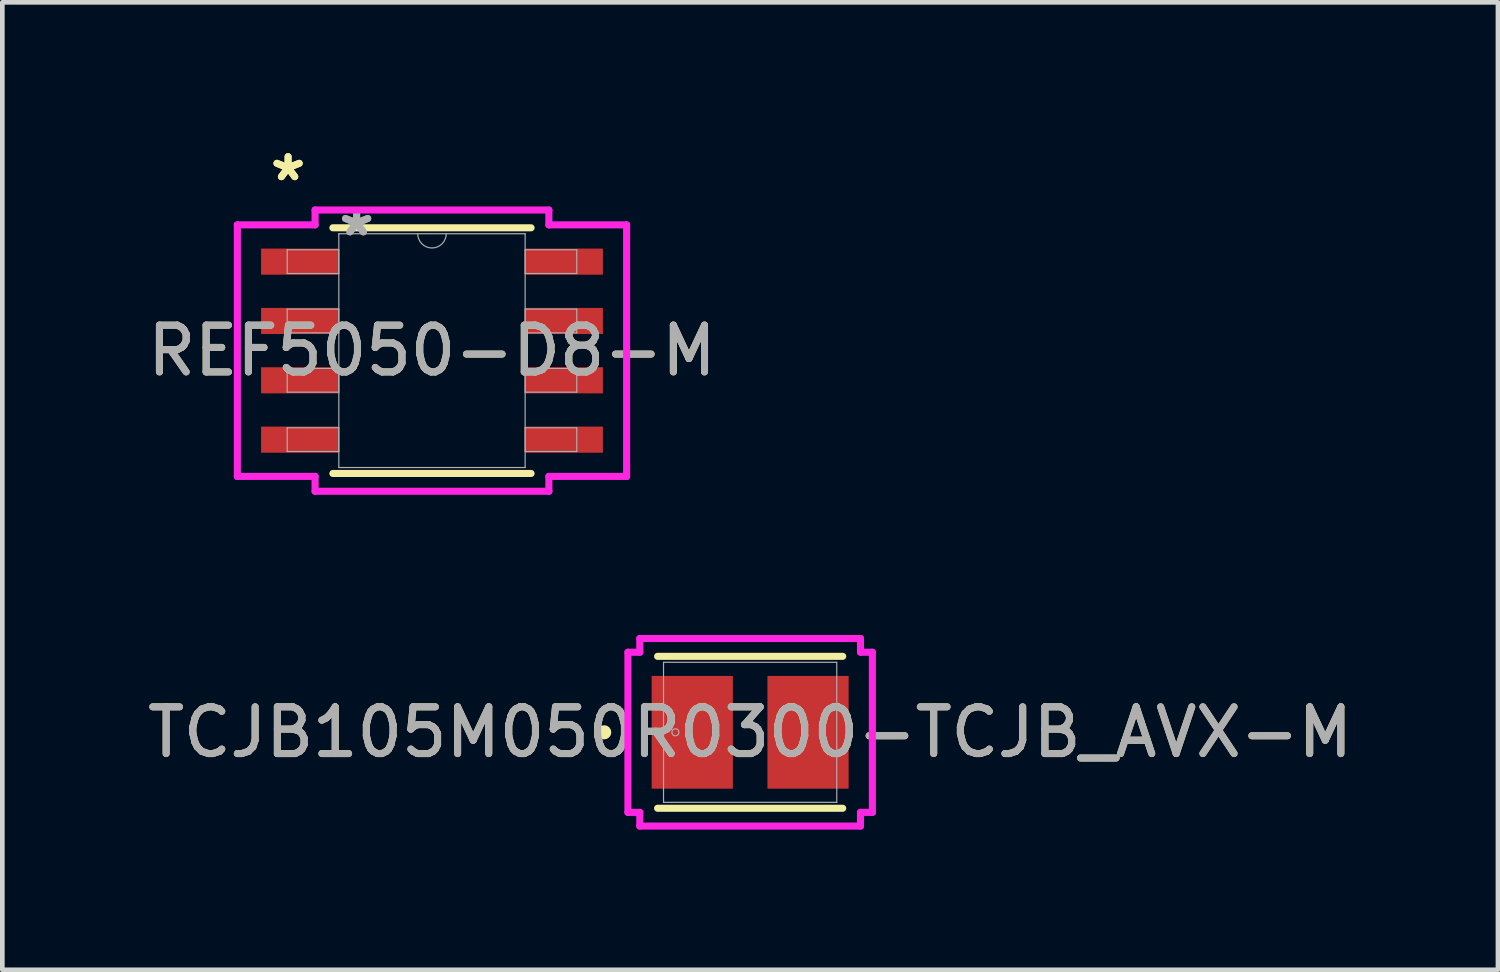
<source format=kicad_pcb>
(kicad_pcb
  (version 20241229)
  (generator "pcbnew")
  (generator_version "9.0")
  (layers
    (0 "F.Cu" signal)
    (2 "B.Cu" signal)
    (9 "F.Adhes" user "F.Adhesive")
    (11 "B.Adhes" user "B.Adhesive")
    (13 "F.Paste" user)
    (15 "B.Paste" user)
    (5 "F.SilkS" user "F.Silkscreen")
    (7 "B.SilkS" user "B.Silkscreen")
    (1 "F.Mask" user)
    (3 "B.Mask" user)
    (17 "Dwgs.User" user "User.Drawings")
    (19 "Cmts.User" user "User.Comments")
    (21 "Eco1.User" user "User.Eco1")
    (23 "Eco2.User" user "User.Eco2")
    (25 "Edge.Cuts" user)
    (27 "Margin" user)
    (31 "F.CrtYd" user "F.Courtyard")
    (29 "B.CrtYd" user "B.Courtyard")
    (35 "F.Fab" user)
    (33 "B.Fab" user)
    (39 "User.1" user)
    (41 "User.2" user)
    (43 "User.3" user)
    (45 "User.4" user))
  (footprint "TCJB105M050R0300-TCJB_AVX-M"
    (layer "F.Cu")
    (at 13.006 12.624)
    (property "Reference" "TCJB105M050R0300-TCJB_AVX-M" (at 0 0 0) (unlocked yes) (layer "F.SilkS") (effects (font (size 1 1) (thickness 0.15))))
    (attr smd)
    (fp_line (start -1.981 1.626) (end 1.981 1.626) (stroke (width 0.152) (type solid)) (layer "F.SilkS"))
    (fp_line (start 1.981 -1.626) (end -1.981 -1.626) (stroke (width 0.152) (type solid)) (layer "F.SilkS"))
    (fp_circle (center -3.124 0) (end -3.048 0) (stroke (width 0.152) (type solid)) (fill no) (layer "F.SilkS"))
    (fp_line (start -2.616 -1.714) (end -2.362 -1.714) (stroke (width 0.152) (type solid)) (layer "F.CrtYd"))
    (fp_line (start -2.616 1.714) (end -2.616 -1.714) (stroke (width 0.152) (type solid)) (layer "F.CrtYd"))
    (fp_line (start -2.362 -2.007) (end 2.362 -2.007) (stroke (width 0.152) (type solid)) (layer "F.CrtYd"))
    (fp_line (start -2.362 -1.714) (end -2.362 -2.007) (stroke (width 0.152) (type solid)) (layer "F.CrtYd"))
    (fp_line (start -2.362 1.714) (end -2.616 1.714) (stroke (width 0.152) (type solid)) (layer "F.CrtYd"))
    (fp_line (start -2.362 2.007) (end -2.362 1.714) (stroke (width 0.152) (type solid)) (layer "F.CrtYd"))
    (fp_line (start 2.362 -2.007) (end 2.362 -1.714) (stroke (width 0.152) (type solid)) (layer "F.CrtYd"))
    (fp_line (start 2.362 -1.714) (end 2.616 -1.714) (stroke (width 0.152) (type solid)) (layer "F.CrtYd"))
    (fp_line (start 2.362 1.714) (end 2.362 2.007) (stroke (width 0.152) (type solid)) (layer "F.CrtYd"))
    (fp_line (start 2.362 2.007) (end -2.362 2.007) (stroke (width 0.152) (type solid)) (layer "F.CrtYd"))
    (fp_line (start 2.616 -1.714) (end 2.616 1.714) (stroke (width 0.152) (type solid)) (layer "F.CrtYd"))
    (fp_line (start 2.616 1.714) (end 2.362 1.714) (stroke (width 0.152) (type solid)) (layer "F.CrtYd"))
    (fp_line (start -1.854 -1.499) (end -1.854 1.499) (stroke (width 0.025) (type solid)) (layer "F.Fab"))
    (fp_line (start -1.854 1.499) (end 1.854 1.499) (stroke (width 0.025) (type solid)) (layer "F.Fab"))
    (fp_line (start 1.854 -1.499) (end -1.854 -1.499) (stroke (width 0.025) (type solid)) (layer "F.Fab"))
    (fp_line (start 1.854 1.499) (end 1.854 -1.499) (stroke (width 0.025) (type solid)) (layer "F.Fab"))
    (fp_circle (center -1.6 0) (end -1.524 0) (stroke (width 0.025) (type solid)) (fill no) (layer "F.Fab"))
    (fp_text user "${REFERENCE}" (at 0 0 0) (unlocked yes) (layer "F.Fab") (effects (font (size 1 1) (thickness 0.15))))
    (pad "1" smd rect (at -1.239 0 90) (size 2.413 1.738) (layers "F.Cu" "F.Mask" "F.Paste"))
    (pad "2" smd rect (at 1.239 0 90) (size 2.413 1.738) (layers "F.Cu" "F.Mask" "F.Paste"))
    (zone (net_name "") (layer "F.Cu") (hatch full 0.508) (connect_pads) (min_thickness 0.254) (filled_areas_thickness no) (keepout (tracks not_allowed) (vias not_allowed) (pads allowed) (copperpour not_allowed) (footprints allowed)) (placement (enabled no)) (fill) (polygon (pts (xy 11.203 11.176) (xy 14.809 11.176) (xy 14.809 11.367) (xy 11.203 11.367))))
    (zone (net_name "") (layer "F.Cu") (hatch full 0.508) (connect_pads) (min_thickness 0.254) (filled_areas_thickness no) (keepout (tracks not_allowed) (vias not_allowed) (pads allowed) (copperpour not_allowed) (footprints allowed)) (placement (enabled no)) (fill) (polygon (pts (xy 11.203 13.881) (xy 14.809 13.881) (xy 14.809 14.072) (xy 11.203 14.072))))
    (zone (net_name "") (layer "F.Cu") (hatch full 0.508) (connect_pads) (min_thickness 0.254) (filled_areas_thickness no) (keepout (tracks not_allowed) (vias not_allowed) (pads allowed) (copperpour not_allowed) (footprints allowed)) (placement (enabled no)) (fill) (polygon (pts (xy 12.687 11.367) (xy 13.325 11.367) (xy 13.325 13.881) (xy 12.687 13.881)))))
  (footprint "REF5050-D8-M"
    (layer "F.Cu")
    (at 6.196 4.455)
    (property "Reference" "REF5050-D8-M" (at 0 0 0) (unlocked yes) (layer "F.SilkS") (effects (font (size 1 1) (thickness 0.15))))
    (attr smd)
    (fp_line (start -2.121 2.629) (end 2.121 2.629) (stroke (width 0.152) (type solid)) (layer "F.SilkS"))
    (fp_line (start 2.121 -2.629) (end -2.121 -2.629) (stroke (width 0.152) (type solid)) (layer "F.SilkS"))
    (fp_line (start -4.166 -2.692) (end -2.502 -2.692) (stroke (width 0.152) (type solid)) (layer "F.CrtYd"))
    (fp_line (start -4.166 2.692) (end -4.166 -2.692) (stroke (width 0.152) (type solid)) (layer "F.CrtYd"))
    (fp_line (start -4.166 2.692) (end -2.502 2.692) (stroke (width 0.152) (type solid)) (layer "F.CrtYd"))
    (fp_line (start -2.502 -3.01) (end 2.502 -3.01) (stroke (width 0.152) (type solid)) (layer "F.CrtYd"))
    (fp_line (start -2.502 -2.692) (end -2.502 -3.01) (stroke (width 0.152) (type solid)) (layer "F.CrtYd"))
    (fp_line (start -2.502 3.01) (end -2.502 2.692) (stroke (width 0.152) (type solid)) (layer "F.CrtYd"))
    (fp_line (start 2.502 -3.01) (end 2.502 -2.692) (stroke (width 0.152) (type solid)) (layer "F.CrtYd"))
    (fp_line (start 2.502 2.692) (end 2.502 3.01) (stroke (width 0.152) (type solid)) (layer "F.CrtYd"))
    (fp_line (start 2.502 3.01) (end -2.502 3.01) (stroke (width 0.152) (type solid)) (layer "F.CrtYd"))
    (fp_line (start 4.166 -2.692) (end 2.502 -2.692) (stroke (width 0.152) (type solid)) (layer "F.CrtYd"))
    (fp_line (start 4.166 -2.692) (end 4.166 2.692) (stroke (width 0.152) (type solid)) (layer "F.CrtYd"))
    (fp_line (start 4.166 2.692) (end 2.502 2.692) (stroke (width 0.152) (type solid)) (layer "F.CrtYd"))
    (fp_line (start -3.099 -2.159) (end -3.099 -1.651) (stroke (width 0.025) (type solid)) (layer "F.Fab"))
    (fp_line (start -3.099 -1.651) (end -1.994 -1.651) (stroke (width 0.025) (type solid)) (layer "F.Fab"))
    (fp_line (start -3.099 -0.889) (end -3.099 -0.381) (stroke (width 0.025) (type solid)) (layer "F.Fab"))
    (fp_line (start -3.099 -0.381) (end -1.994 -0.381) (stroke (width 0.025) (type solid)) (layer "F.Fab"))
    (fp_line (start -3.099 0.381) (end -3.099 0.889) (stroke (width 0.025) (type solid)) (layer "F.Fab"))
    (fp_line (start -3.099 0.889) (end -1.994 0.889) (stroke (width 0.025) (type solid)) (layer "F.Fab"))
    (fp_line (start -3.099 1.651) (end -3.099 2.159) (stroke (width 0.025) (type solid)) (layer "F.Fab"))
    (fp_line (start -3.099 2.159) (end -1.994 2.159) (stroke (width 0.025) (type solid)) (layer "F.Fab"))
    (fp_line (start -1.994 -2.502) (end -1.994 2.502) (stroke (width 0.025) (type solid)) (layer "F.Fab"))
    (fp_line (start -1.994 -2.159) (end -3.099 -2.159) (stroke (width 0.025) (type solid)) (layer "F.Fab"))
    (fp_line (start -1.994 -1.651) (end -1.994 -2.159) (stroke (width 0.025) (type solid)) (layer "F.Fab"))
    (fp_line (start -1.994 -0.889) (end -3.099 -0.889) (stroke (width 0.025) (type solid)) (layer "F.Fab"))
    (fp_line (start -1.994 -0.381) (end -1.994 -0.889) (stroke (width 0.025) (type solid)) (layer "F.Fab"))
    (fp_line (start -1.994 0.381) (end -3.099 0.381) (stroke (width 0.025) (type solid)) (layer "F.Fab"))
    (fp_line (start -1.994 0.889) (end -1.994 0.381) (stroke (width 0.025) (type solid)) (layer "F.Fab"))
    (fp_line (start -1.994 1.651) (end -3.099 1.651) (stroke (width 0.025) (type solid)) (layer "F.Fab"))
    (fp_line (start -1.994 2.159) (end -1.994 1.651) (stroke (width 0.025) (type solid)) (layer "F.Fab"))
    (fp_line (start -1.994 2.502) (end 1.994 2.502) (stroke (width 0.025) (type solid)) (layer "F.Fab"))
    (fp_line (start 1.994 -2.502) (end -1.994 -2.502) (stroke (width 0.025) (type solid)) (layer "F.Fab"))
    (fp_line (start 1.994 -2.159) (end 1.994 -1.651) (stroke (width 0.025) (type solid)) (layer "F.Fab"))
    (fp_line (start 1.994 -1.651) (end 3.099 -1.651) (stroke (width 0.025) (type solid)) (layer "F.Fab"))
    (fp_line (start 1.994 -0.889) (end 1.994 -0.381) (stroke (width 0.025) (type solid)) (layer "F.Fab"))
    (fp_line (start 1.994 -0.381) (end 3.099 -0.381) (stroke (width 0.025) (type solid)) (layer "F.Fab"))
    (fp_line (start 1.994 0.381) (end 1.994 0.889) (stroke (width 0.025) (type solid)) (layer "F.Fab"))
    (fp_line (start 1.994 0.889) (end 3.099 0.889) (stroke (width 0.025) (type solid)) (layer "F.Fab"))
    (fp_line (start 1.994 1.651) (end 1.994 2.159) (stroke (width 0.025) (type solid)) (layer "F.Fab"))
    (fp_line (start 1.994 2.159) (end 3.099 2.159) (stroke (width 0.025) (type solid)) (layer "F.Fab"))
    (fp_line (start 1.994 2.502) (end 1.994 -2.502) (stroke (width 0.025) (type solid)) (layer "F.Fab"))
    (fp_line (start 3.099 -2.159) (end 1.994 -2.159) (stroke (width 0.025) (type solid)) (layer "F.Fab"))
    (fp_line (start 3.099 -1.651) (end 3.099 -2.159) (stroke (width 0.025) (type solid)) (layer "F.Fab"))
    (fp_line (start 3.099 -0.889) (end 1.994 -0.889) (stroke (width 0.025) (type solid)) (layer "F.Fab"))
    (fp_line (start 3.099 -0.381) (end 3.099 -0.889) (stroke (width 0.025) (type solid)) (layer "F.Fab"))
    (fp_line (start 3.099 0.381) (end 1.994 0.381) (stroke (width 0.025) (type solid)) (layer "F.Fab"))
    (fp_line (start 3.099 0.889) (end 3.099 0.381) (stroke (width 0.025) (type solid)) (layer "F.Fab"))
    (fp_line (start 3.099 1.651) (end 1.994 1.651) (stroke (width 0.025) (type solid)) (layer "F.Fab"))
    (fp_line (start 3.099 2.159) (end 3.099 1.651) (stroke (width 0.025) (type solid)) (layer "F.Fab"))
    (fp_arc (start 0.3048 -2.5019) (mid 0 -2.1971) (end -0.3048 -2.5019) (stroke (width 0.0254) (type solid)) (layer "F.Fab"))
    (fp_text user "*" (at -3.08 -3.607 0) (unlocked yes) (layer "F.SilkS") (effects (font (size 1 1) (thickness 0.15))))
    (fp_text user "*" (at -3.08 -3.607 0) (layer "F.SilkS") (effects (font (size 1 1) (thickness 0.15))))
    (fp_text user "${REFERENCE}" (at 0 0 0) (unlocked yes) (layer "F.Fab") (effects (font (size 1 1) (thickness 0.15))))
    (fp_text user "*" (at -1.613 -2.426 0) (layer "F.Fab") (effects (font (size 1 1) (thickness 0.15))))
    (fp_text user "*" (at -1.613 -2.426 0) (unlocked yes) (layer "F.Fab") (effects (font (size 1 1) (thickness 0.15))))
    (pad "1" smd rect (at -2.826 -1.905) (size 1.664 0.559) (layers "F.Cu" "F.Mask" "F.Paste"))
    (pad "2" smd rect (at -2.826 -0.635) (size 1.664 0.559) (layers "F.Cu" "F.Mask" "F.Paste"))
    (pad "3" smd rect (at -2.826 0.635) (size 1.664 0.559) (layers "F.Cu" "F.Mask" "F.Paste"))
    (pad "4" smd rect (at -2.826 1.905) (size 1.664 0.559) (layers "F.Cu" "F.Mask" "F.Paste"))
    (pad "5" smd rect (at 2.826 1.905) (size 1.664 0.559) (layers "F.Cu" "F.Mask" "F.Paste"))
    (pad "6" smd rect (at 2.826 0.635) (size 1.664 0.559) (layers "F.Cu" "F.Mask" "F.Paste"))
    (pad "7" smd rect (at 2.826 -0.635) (size 1.664 0.559) (layers "F.Cu" "F.Mask" "F.Paste"))
    (pad "8" smd rect (at 2.826 -1.905) (size 1.664 0.559) (layers "F.Cu" "F.Mask" "F.Paste")))
  (gr_rect
    (start -3 -3)
    (end 29.012 17.707)
    (stroke (width 0.1) (type default))
    (fill no)
    (layer "Edge.Cuts")))
</source>
